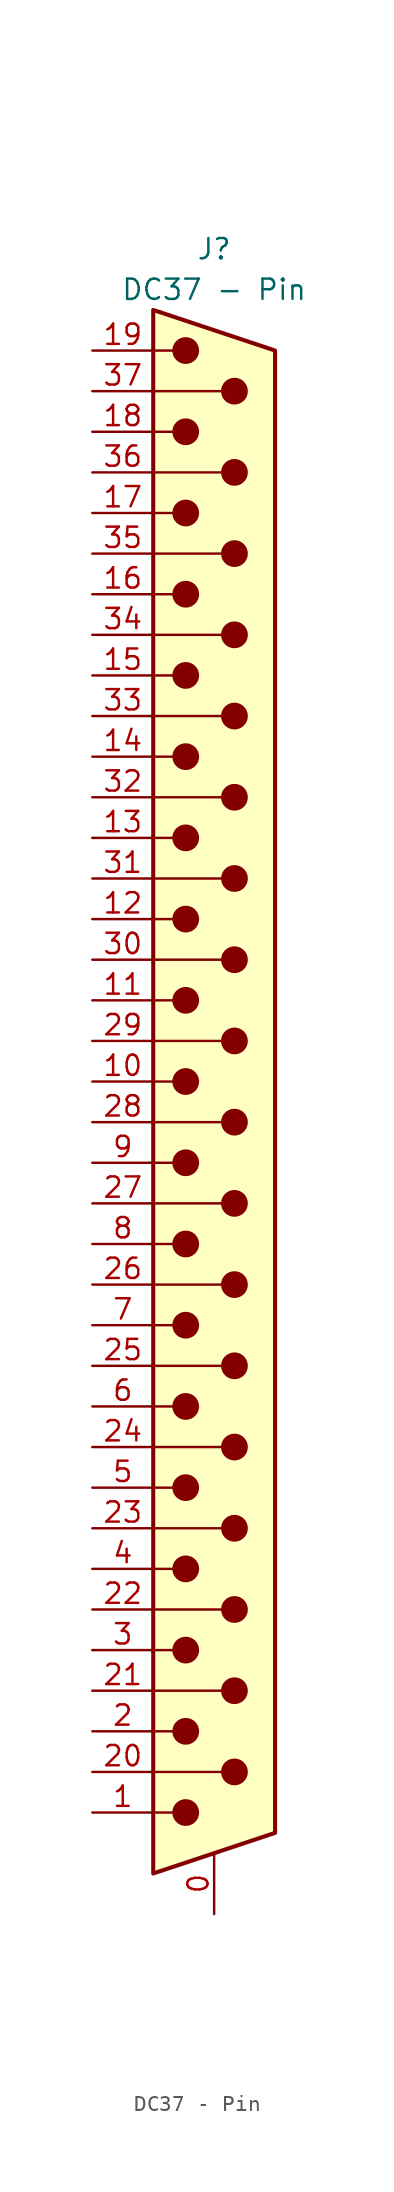
<source format=kicad_sym>
(kicad_symbol_lib
  (version 20220914)
  (generator kicad_symbol_editor)
  (symbol "DC37 - Pin"
    (pin_names
      (offset 1.016) hide)
    (property "Reference" "J"
      (at 0 54.61 0)
      (effects (font (size 1.27 1.27))))
    (property "Value" "DC37 - Pin"
      (at 0 52.07 0)
      (effects (font (size 1.27 1.27))))
    (symbol "DC37 - Pin_0_1"
      (circle (center -1.778 -43.18) (radius 0.762) (stroke (width 0) (type default)) (fill (type outline)))
      (circle (center -1.778 -38.1) (radius 0.762) (stroke (width 0) (type default)) (fill (type outline)))
      (circle (center -1.778 -33.02) (radius 0.762) (stroke (width 0) (type default)) (fill (type outline)))
      (circle (center -1.778 -27.94) (radius 0.762) (stroke (width 0) (type default)) (fill (type outline)))
      (circle (center -1.778 -22.86) (radius 0.762) (stroke (width 0) (type default)) (fill (type outline)))
      (circle (center -1.778 -17.78) (radius 0.762) (stroke (width 0) (type default)) (fill (type outline)))
      (circle (center -1.778 -12.7) (radius 0.762) (stroke (width 0) (type default)) (fill (type outline)))
      (circle (center -1.778 -7.62) (radius 0.762) (stroke (width 0) (type default)) (fill (type outline)))
      (circle (center -1.778 -2.54) (radius 0.762) (stroke (width 0) (type default)) (fill (type outline)))
      (circle (center -1.778 2.54) (radius 0.762) (stroke (width 0) (type default)) (fill (type outline)))
      (circle (center -1.778 7.62) (radius 0.762) (stroke (width 0) (type default)) (fill (type outline)))
      (circle (center -1.778 12.7) (radius 0.762) (stroke (width 0) (type default)) (fill (type outline)))
      (circle (center -1.778 17.78) (radius 0.762) (stroke (width 0) (type default)) (fill (type outline)))
      (circle (center -1.778 22.86) (radius 0.762) (stroke (width 0) (type default)) (fill (type outline)))
      (circle (center -1.778 27.94) (radius 0.762) (stroke (width 0) (type default)) (fill (type outline)))
      (circle (center -1.778 33.02) (radius 0.762) (stroke (width 0) (type default)) (fill (type outline)))
      (circle (center -1.778 38.1) (radius 0.762) (stroke (width 0) (type default)) (fill (type outline)))
      (circle (center -1.778 43.18) (radius 0.762) (stroke (width 0) (type default)) (fill (type outline)))
      (circle (center -1.778 48.26) (radius 0.762) (stroke (width 0) (type default)) (fill (type outline)))
      (polyline (pts (xy -3.81 -43.18) (xy -1.27 -43.18)) (stroke (width 0) (type default)) (fill (type none)))
      (polyline (pts (xy -3.81 -40.64) (xy 1.27 -40.64)) (stroke (width 0) (type default)) (fill (type none)))
      (polyline (pts (xy -3.81 -38.1) (xy -1.27 -38.1)) (stroke (width 0) (type default)) (fill (type none)))
      (polyline (pts (xy -3.81 -35.56) (xy 1.27 -35.56)) (stroke (width 0) (type default)) (fill (type none)))
      (polyline (pts (xy -3.81 -33.02) (xy -1.27 -33.02)) (stroke (width 0) (type default)) (fill (type none)))
      (polyline (pts (xy -3.81 -30.48) (xy 1.27 -30.48)) (stroke (width 0) (type default)) (fill (type none)))
      (polyline (pts (xy -3.81 -27.94) (xy -1.27 -27.94)) (stroke (width 0) (type default)) (fill (type none)))
      (polyline (pts (xy -3.81 -25.4) (xy 1.27 -25.4)) (stroke (width 0) (type default)) (fill (type none)))
      (polyline (pts (xy -3.81 -22.86) (xy -1.27 -22.86)) (stroke (width 0) (type default)) (fill (type none)))
      (polyline (pts (xy -3.81 -20.32) (xy 1.27 -20.32)) (stroke (width 0) (type default)) (fill (type none)))
      (polyline (pts (xy -3.81 -17.78) (xy -1.27 -17.78)) (stroke (width 0) (type default)) (fill (type none)))
      (polyline (pts (xy -3.81 -15.24) (xy 1.27 -15.24)) (stroke (width 0) (type default)) (fill (type none)))
      (polyline (pts (xy -3.81 -12.7) (xy -1.27 -12.7)) (stroke (width 0) (type default)) (fill (type none)))
      (polyline (pts (xy -3.81 -10.16) (xy 1.27 -10.16)) (stroke (width 0) (type default)) (fill (type none)))
      (polyline (pts (xy -3.81 -7.62) (xy -1.27 -7.62)) (stroke (width 0) (type default)) (fill (type none)))
      (polyline (pts (xy -3.81 -5.08) (xy 1.27 -5.08)) (stroke (width 0) (type default)) (fill (type none)))
      (polyline (pts (xy -3.81 -2.54) (xy -1.27 -2.54)) (stroke (width 0) (type default)) (fill (type none)))
      (polyline (pts (xy -3.81 0) (xy 1.27 0)) (stroke (width 0) (type default)) (fill (type none)))
      (polyline (pts (xy -3.81 2.54) (xy -1.27 2.54)) (stroke (width 0) (type default)) (fill (type none)))
      (polyline (pts (xy -3.81 5.08) (xy 1.27 5.08)) (stroke (width 0) (type default)) (fill (type none)))
      (polyline (pts (xy -3.81 7.62) (xy -1.27 7.62)) (stroke (width 0) (type default)) (fill (type none)))
      (polyline (pts (xy -3.81 10.16) (xy 1.27 10.16)) (stroke (width 0) (type default)) (fill (type none)))
      (polyline (pts (xy -3.81 12.7) (xy -1.27 12.7)) (stroke (width 0) (type default)) (fill (type none)))
      (polyline (pts (xy -3.81 15.24) (xy 1.27 15.24)) (stroke (width 0) (type default)) (fill (type none)))
      (polyline (pts (xy -3.81 17.78) (xy -1.27 17.78)) (stroke (width 0) (type default)) (fill (type none)))
      (polyline (pts (xy -3.81 20.32) (xy 1.27 20.32)) (stroke (width 0) (type default)) (fill (type none)))
      (polyline (pts (xy -3.81 22.86) (xy -1.27 22.86)) (stroke (width 0) (type default)) (fill (type none)))
      (polyline (pts (xy -3.81 25.4) (xy 1.27 25.4)) (stroke (width 0) (type default)) (fill (type none)))
      (polyline (pts (xy -3.81 27.94) (xy -1.27 27.94)) (stroke (width 0) (type default)) (fill (type none)))
      (polyline (pts (xy -3.81 30.48) (xy 1.27 30.48)) (stroke (width 0) (type default)) (fill (type none)))
      (polyline (pts (xy -3.81 33.02) (xy -1.27 33.02)) (stroke (width 0) (type default)) (fill (type none)))
      (polyline (pts (xy -3.81 35.56) (xy 1.27 35.56)) (stroke (width 0) (type default)) (fill (type none)))
      (polyline (pts (xy -3.81 38.1) (xy -1.27 38.1)) (stroke (width 0) (type default)) (fill (type none)))
      (polyline (pts (xy -3.81 40.64) (xy 1.27 40.64)) (stroke (width 0) (type default)) (fill (type none)))
      (polyline (pts (xy -3.81 43.18) (xy -1.27 43.18)) (stroke (width 0) (type default)) (fill (type none)))
      (polyline (pts (xy -3.81 45.72) (xy 1.27 45.72)) (stroke (width 0) (type default)) (fill (type none)))
      (polyline (pts (xy -3.81 48.26) (xy -1.27 48.26)) (stroke (width 0) (type default)) (fill (type none)))
      (polyline (pts (xy -3.81 50.8) (xy -3.81 -46.99) (xy 3.81 -44.45) (xy 3.81 48.26) (xy -3.81 50.8)) (stroke (width 0.254) (type default)) (fill (type background)))
      (circle (center 1.27 -40.64) (radius 0.762) (stroke (width 0) (type default)) (fill (type outline)))
      (circle (center 1.27 -35.56) (radius 0.762) (stroke (width 0) (type default)) (fill (type outline)))
      (circle (center 1.27 -30.48) (radius 0.762) (stroke (width 0) (type default)) (fill (type outline)))
      (circle (center 1.27 -25.4) (radius 0.762) (stroke (width 0) (type default)) (fill (type outline)))
      (circle (center 1.27 -20.32) (radius 0.762) (stroke (width 0) (type default)) (fill (type outline)))
      (circle (center 1.27 -15.24) (radius 0.762) (stroke (width 0) (type default)) (fill (type outline)))
      (circle (center 1.27 -10.16) (radius 0.762) (stroke (width 0) (type default)) (fill (type outline)))
      (circle (center 1.27 -5.08) (radius 0.762) (stroke (width 0) (type default)) (fill (type outline)))
      (circle (center 1.27 0) (radius 0.762) (stroke (width 0) (type default)) (fill (type outline)))
      (circle (center 1.27 5.08) (radius 0.762) (stroke (width 0) (type default)) (fill (type outline)))
      (circle (center 1.27 10.16) (radius 0.762) (stroke (width 0) (type default)) (fill (type outline)))
      (circle (center 1.27 15.24) (radius 0.762) (stroke (width 0) (type default)) (fill (type outline)))
      (circle (center 1.27 20.32) (radius 0.762) (stroke (width 0) (type default)) (fill (type outline)))
      (circle (center 1.27 25.4) (radius 0.762) (stroke (width 0) (type default)) (fill (type outline)))
      (circle (center 1.27 30.48) (radius 0.762) (stroke (width 0) (type default)) (fill (type outline)))
      (circle (center 1.27 35.56) (radius 0.762) (stroke (width 0) (type default)) (fill (type outline)))
      (circle (center 1.27 40.64) (radius 0.762) (stroke (width 0) (type default)) (fill (type outline)))
      (circle (center 1.27 45.72) (radius 0.762) (stroke (width 0) (type default)) (fill (type outline))))
    (symbol "DC37 - Pin_1_1"
      (pin passive line (at 0 -49.53 90) (length 3.81) (name "0" (effects (font (size 1.27 1.27)))) (number "0" (effects (font (size 1.27 1.27)))))
      (pin passive line (at -7.62 -43.18 0) (length 3.81) (name "1" (effects (font (size 1.27 1.27)))) (number "1" (effects (font (size 1.27 1.27)))))
      (pin passive line (at -7.62 2.54 0) (length 3.81) (name "10" (effects (font (size 1.27 1.27)))) (number "10" (effects (font (size 1.27 1.27)))))
      (pin passive line (at -7.62 7.62 0) (length 3.81) (name "11" (effects (font (size 1.27 1.27)))) (number "11" (effects (font (size 1.27 1.27)))))
      (pin passive line (at -7.62 12.7 0) (length 3.81) (name "12" (effects (font (size 1.27 1.27)))) (number "12" (effects (font (size 1.27 1.27)))))
      (pin passive line (at -7.62 17.78 0) (length 3.81) (name "13" (effects (font (size 1.27 1.27)))) (number "13" (effects (font (size 1.27 1.27)))))
      (pin passive line (at -7.62 22.86 0) (length 3.81) (name "14" (effects (font (size 1.27 1.27)))) (number "14" (effects (font (size 1.27 1.27)))))
      (pin passive line (at -7.62 27.94 0) (length 3.81) (name "15" (effects (font (size 1.27 1.27)))) (number "15" (effects (font (size 1.27 1.27)))))
      (pin passive line (at -7.62 33.02 0) (length 3.81) (name "16" (effects (font (size 1.27 1.27)))) (number "16" (effects (font (size 1.27 1.27)))))
      (pin passive line (at -7.62 38.1 0) (length 3.81) (name "17" (effects (font (size 1.27 1.27)))) (number "17" (effects (font (size 1.27 1.27)))))
      (pin passive line (at -7.62 43.18 0) (length 3.81) (name "18" (effects (font (size 1.27 1.27)))) (number "18" (effects (font (size 1.27 1.27)))))
      (pin passive line (at -7.62 48.26 0) (length 3.81) (name "19" (effects (font (size 1.27 1.27)))) (number "19" (effects (font (size 1.27 1.27)))))
      (pin passive line (at -7.62 -38.1 0) (length 3.81) (name "2" (effects (font (size 1.27 1.27)))) (number "2" (effects (font (size 1.27 1.27)))))
      (pin passive line (at -7.62 -40.64 0) (length 3.81) (name "20" (effects (font (size 1.27 1.27)))) (number "20" (effects (font (size 1.27 1.27)))))
      (pin passive line (at -7.62 -35.56 0) (length 3.81) (name "21" (effects (font (size 1.27 1.27)))) (number "21" (effects (font (size 1.27 1.27)))))
      (pin passive line (at -7.62 -30.48 0) (length 3.81) (name "22" (effects (font (size 1.27 1.27)))) (number "22" (effects (font (size 1.27 1.27)))))
      (pin passive line (at -7.62 -25.4 0) (length 3.81) (name "23" (effects (font (size 1.27 1.27)))) (number "23" (effects (font (size 1.27 1.27)))))
      (pin passive line (at -7.62 -20.32 0) (length 3.81) (name "24" (effects (font (size 1.27 1.27)))) (number "24" (effects (font (size 1.27 1.27)))))
      (pin passive line (at -7.62 -15.24 0) (length 3.81) (name "25" (effects (font (size 1.27 1.27)))) (number "25" (effects (font (size 1.27 1.27)))))
      (pin passive line (at -7.62 -10.16 0) (length 3.81) (name "26" (effects (font (size 1.27 1.27)))) (number "26" (effects (font (size 1.27 1.27)))))
      (pin passive line (at -7.62 -5.08 0) (length 3.81) (name "27" (effects (font (size 1.27 1.27)))) (number "27" (effects (font (size 1.27 1.27)))))
      (pin passive line (at -7.62 0 0) (length 3.81) (name "28" (effects (font (size 1.27 1.27)))) (number "28" (effects (font (size 1.27 1.27)))))
      (pin passive line (at -7.62 5.08 0) (length 3.81) (name "29" (effects (font (size 1.27 1.27)))) (number "29" (effects (font (size 1.27 1.27)))))
      (pin passive line (at -7.62 -33.02 0) (length 3.81) (name "3" (effects (font (size 1.27 1.27)))) (number "3" (effects (font (size 1.27 1.27)))))
      (pin passive line (at -7.62 10.16 0) (length 3.81) (name "30" (effects (font (size 1.27 1.27)))) (number "30" (effects (font (size 1.27 1.27)))))
      (pin passive line (at -7.62 15.24 0) (length 3.81) (name "31" (effects (font (size 1.27 1.27)))) (number "31" (effects (font (size 1.27 1.27)))))
      (pin passive line (at -7.62 20.32 0) (length 3.81) (name "32" (effects (font (size 1.27 1.27)))) (number "32" (effects (font (size 1.27 1.27)))))
      (pin passive line (at -7.62 25.4 0) (length 3.81) (name "33" (effects (font (size 1.27 1.27)))) (number "33" (effects (font (size 1.27 1.27)))))
      (pin passive line (at -7.62 30.48 0) (length 3.81) (name "34" (effects (font (size 1.27 1.27)))) (number "34" (effects (font (size 1.27 1.27)))))
      (pin passive line (at -7.62 35.56 0) (length 3.81) (name "35" (effects (font (size 1.27 1.27)))) (number "35" (effects (font (size 1.27 1.27)))))
      (pin passive line (at -7.62 40.64 0) (length 3.81) (name "36" (effects (font (size 1.27 1.27)))) (number "36" (effects (font (size 1.27 1.27)))))
      (pin passive line (at -7.62 45.72 0) (length 3.81) (name "37" (effects (font (size 1.27 1.27)))) (number "37" (effects (font (size 1.27 1.27)))))
      (pin passive line (at -7.62 -27.94 0) (length 3.81) (name "4" (effects (font (size 1.27 1.27)))) (number "4" (effects (font (size 1.27 1.27)))))
      (pin passive line (at -7.62 -22.86 0) (length 3.81) (name "5" (effects (font (size 1.27 1.27)))) (number "5" (effects (font (size 1.27 1.27)))))
      (pin passive line (at -7.62 -17.78 0) (length 3.81) (name "6" (effects (font (size 1.27 1.27)))) (number "6" (effects (font (size 1.27 1.27)))))
      (pin passive line (at -7.62 -12.7 0) (length 3.81) (name "7" (effects (font (size 1.27 1.27)))) (number "7" (effects (font (size 1.27 1.27)))))
      (pin passive line (at -7.62 -7.62 0) (length 3.81) (name "8" (effects (font (size 1.27 1.27)))) (number "8" (effects (font (size 1.27 1.27)))))
      (pin passive line (at -7.62 -2.54 0) (length 3.81) (name "9" (effects (font (size 1.27 1.27)))) (number "9" (effects (font (size 1.27 1.27))))))))
</source>
